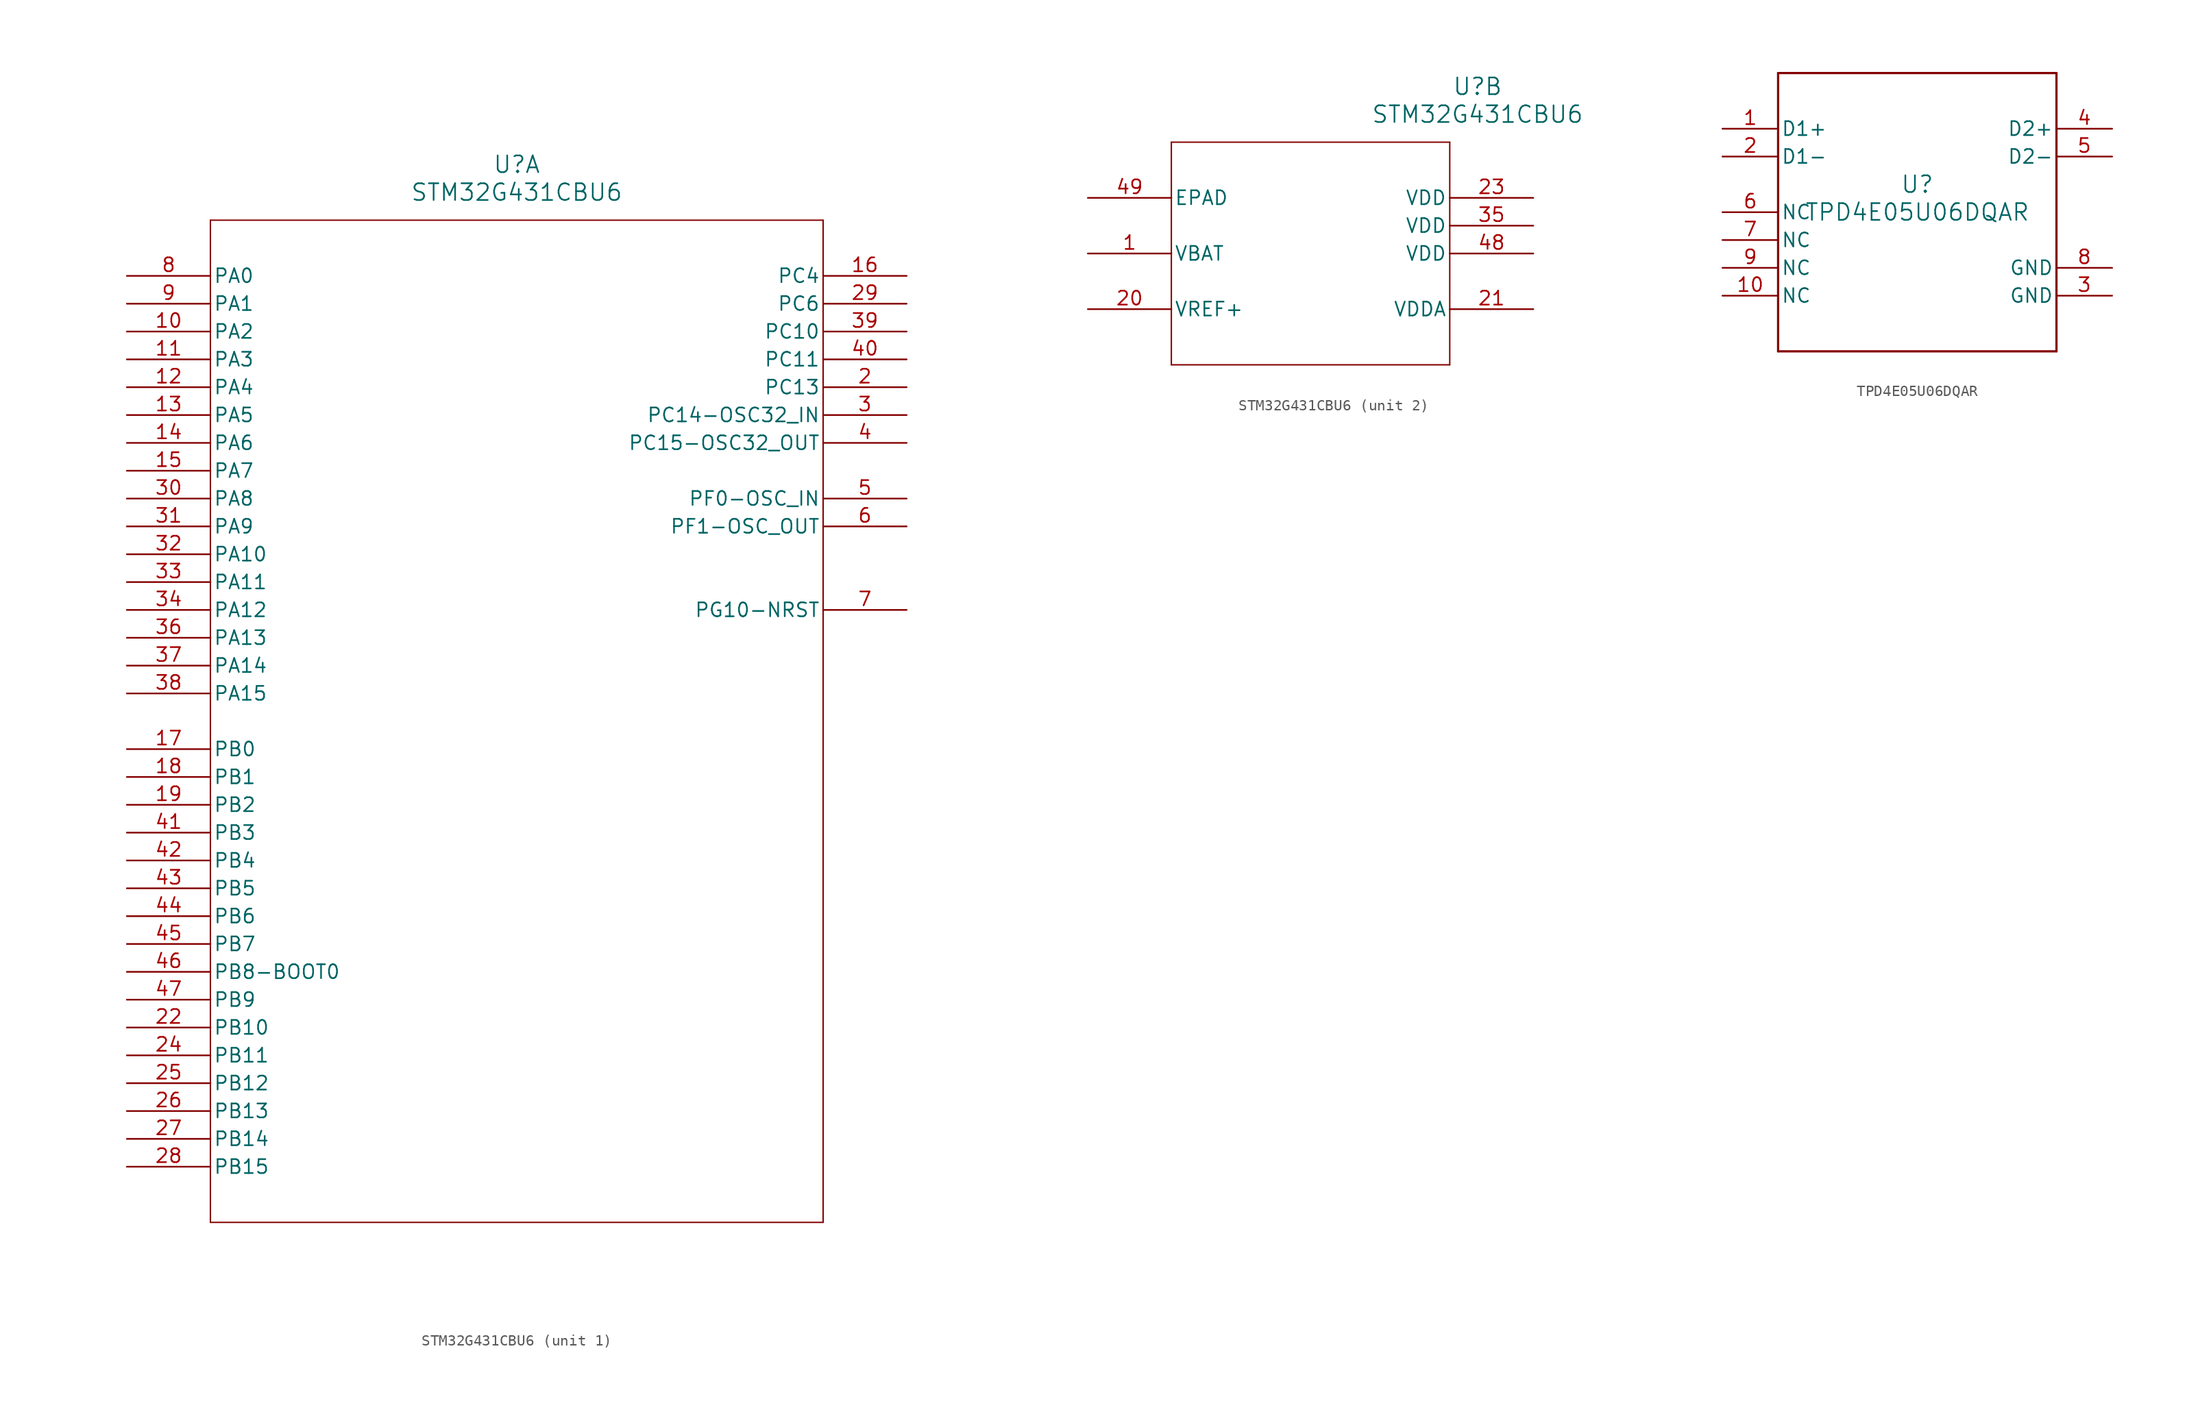
<source format=kicad_sym>
(kicad_symbol_lib
  (version 20231120)
  (generator "kicad_symbol_editor")
  (generator_version "8.0")
  (symbol "STM32G431CBU6"
    (pin_names
      (offset 0.254))
    (property "Reference" "U"
      (at 35.56 10.16 0)
      (effects (font (size 1.524 1.524))))
    (property "Value" "STM32G431CBU6"
      (at 35.56 7.62 0)
      (effects (font (size 1.524 1.524))))
    (property "ki_locked" ""
      (at 0 0 0)
      (effects (font (size 1.27 1.27))))
    (symbol "STM32G431CBU6_1_1"
      (polyline (pts (xy 7.62 -86.36) (xy 63.5 -86.36)) (stroke (width 0.127) (type default)) (fill (type none)))
      (polyline (pts (xy 7.62 5.08) (xy 7.62 -86.36)) (stroke (width 0.127) (type default)) (fill (type none)))
      (polyline (pts (xy 63.5 -86.36) (xy 63.5 5.08)) (stroke (width 0.127) (type default)) (fill (type none)))
      (polyline (pts (xy 63.5 5.08) (xy 7.62 5.08)) (stroke (width 0.127) (type default)) (fill (type none)))
      (pin bidirectional line (at 0 -5.08 0) (length 7.62) (name "PA2" (effects (font (size 1.27 1.27)))) (number "10" (effects (font (size 1.27 1.27)))))
      (pin bidirectional line (at 0 -7.62 0) (length 7.62) (name "PA3" (effects (font (size 1.27 1.27)))) (number "11" (effects (font (size 1.27 1.27)))))
      (pin bidirectional line (at 0 -10.16 0) (length 7.62) (name "PA4" (effects (font (size 1.27 1.27)))) (number "12" (effects (font (size 1.27 1.27)))))
      (pin bidirectional line (at 0 -12.7 0) (length 7.62) (name "PA5" (effects (font (size 1.27 1.27)))) (number "13" (effects (font (size 1.27 1.27)))))
      (pin bidirectional line (at 0 -15.24 0) (length 7.62) (name "PA6" (effects (font (size 1.27 1.27)))) (number "14" (effects (font (size 1.27 1.27)))))
      (pin bidirectional line (at 0 -17.78 0) (length 7.62) (name "PA7" (effects (font (size 1.27 1.27)))) (number "15" (effects (font (size 1.27 1.27)))))
      (pin bidirectional line (at 71.12 0 180) (length 7.62) (name "PC4" (effects (font (size 1.27 1.27)))) (number "16" (effects (font (size 1.27 1.27)))))
      (pin bidirectional line (at 0 -43.18 0) (length 7.62) (name "PB0" (effects (font (size 1.27 1.27)))) (number "17" (effects (font (size 1.27 1.27)))))
      (pin bidirectional line (at 0 -45.72 0) (length 7.62) (name "PB1" (effects (font (size 1.27 1.27)))) (number "18" (effects (font (size 1.27 1.27)))))
      (pin bidirectional line (at 0 -48.26 0) (length 7.62) (name "PB2" (effects (font (size 1.27 1.27)))) (number "19" (effects (font (size 1.27 1.27)))))
      (pin bidirectional line (at 71.12 -10.16 180) (length 7.62) (name "PC13" (effects (font (size 1.27 1.27)))) (number "2" (effects (font (size 1.27 1.27)))))
      (pin bidirectional line (at 0 -68.58 0) (length 7.62) (name "PB10" (effects (font (size 1.27 1.27)))) (number "22" (effects (font (size 1.27 1.27)))))
      (pin bidirectional line (at 0 -71.12 0) (length 7.62) (name "PB11" (effects (font (size 1.27 1.27)))) (number "24" (effects (font (size 1.27 1.27)))))
      (pin bidirectional line (at 0 -73.66 0) (length 7.62) (name "PB12" (effects (font (size 1.27 1.27)))) (number "25" (effects (font (size 1.27 1.27)))))
      (pin bidirectional line (at 0 -76.2 0) (length 7.62) (name "PB13" (effects (font (size 1.27 1.27)))) (number "26" (effects (font (size 1.27 1.27)))))
      (pin bidirectional line (at 0 -78.74 0) (length 7.62) (name "PB14" (effects (font (size 1.27 1.27)))) (number "27" (effects (font (size 1.27 1.27)))))
      (pin bidirectional line (at 0 -81.28 0) (length 7.62) (name "PB15" (effects (font (size 1.27 1.27)))) (number "28" (effects (font (size 1.27 1.27)))))
      (pin bidirectional line (at 71.12 -2.54 180) (length 7.62) (name "PC6" (effects (font (size 1.27 1.27)))) (number "29" (effects (font (size 1.27 1.27)))))
      (pin bidirectional line (at 71.12 -12.7 180) (length 7.62) (name "PC14-OSC32_IN" (effects (font (size 1.27 1.27)))) (number "3" (effects (font (size 1.27 1.27)))))
      (pin bidirectional line (at 0 -20.32 0) (length 7.62) (name "PA8" (effects (font (size 1.27 1.27)))) (number "30" (effects (font (size 1.27 1.27)))))
      (pin bidirectional line (at 0 -22.86 0) (length 7.62) (name "PA9" (effects (font (size 1.27 1.27)))) (number "31" (effects (font (size 1.27 1.27)))))
      (pin bidirectional line (at 0 -25.4 0) (length 7.62) (name "PA10" (effects (font (size 1.27 1.27)))) (number "32" (effects (font (size 1.27 1.27)))))
      (pin bidirectional line (at 0 -27.94 0) (length 7.62) (name "PA11" (effects (font (size 1.27 1.27)))) (number "33" (effects (font (size 1.27 1.27)))))
      (pin bidirectional line (at 0 -30.48 0) (length 7.62) (name "PA12" (effects (font (size 1.27 1.27)))) (number "34" (effects (font (size 1.27 1.27)))))
      (pin bidirectional line (at 0 -33.02 0) (length 7.62) (name "PA13" (effects (font (size 1.27 1.27)))) (number "36" (effects (font (size 1.27 1.27)))))
      (pin bidirectional line (at 0 -35.56 0) (length 7.62) (name "PA14" (effects (font (size 1.27 1.27)))) (number "37" (effects (font (size 1.27 1.27)))))
      (pin bidirectional line (at 0 -38.1 0) (length 7.62) (name "PA15" (effects (font (size 1.27 1.27)))) (number "38" (effects (font (size 1.27 1.27)))))
      (pin bidirectional line (at 71.12 -5.08 180) (length 7.62) (name "PC10" (effects (font (size 1.27 1.27)))) (number "39" (effects (font (size 1.27 1.27)))))
      (pin bidirectional line (at 71.12 -15.24 180) (length 7.62) (name "PC15-OSC32_OUT" (effects (font (size 1.27 1.27)))) (number "4" (effects (font (size 1.27 1.27)))))
      (pin bidirectional line (at 71.12 -7.62 180) (length 7.62) (name "PC11" (effects (font (size 1.27 1.27)))) (number "40" (effects (font (size 1.27 1.27)))))
      (pin bidirectional line (at 0 -50.8 0) (length 7.62) (name "PB3" (effects (font (size 1.27 1.27)))) (number "41" (effects (font (size 1.27 1.27)))))
      (pin bidirectional line (at 0 -53.34 0) (length 7.62) (name "PB4" (effects (font (size 1.27 1.27)))) (number "42" (effects (font (size 1.27 1.27)))))
      (pin bidirectional line (at 0 -55.88 0) (length 7.62) (name "PB5" (effects (font (size 1.27 1.27)))) (number "43" (effects (font (size 1.27 1.27)))))
      (pin bidirectional line (at 0 -58.42 0) (length 7.62) (name "PB6" (effects (font (size 1.27 1.27)))) (number "44" (effects (font (size 1.27 1.27)))))
      (pin bidirectional line (at 0 -60.96 0) (length 7.62) (name "PB7" (effects (font (size 1.27 1.27)))) (number "45" (effects (font (size 1.27 1.27)))))
      (pin bidirectional line (at 0 -63.5 0) (length 7.62) (name "PB8-BOOT0" (effects (font (size 1.27 1.27)))) (number "46" (effects (font (size 1.27 1.27)))))
      (pin bidirectional line (at 0 -66.04 0) (length 7.62) (name "PB9" (effects (font (size 1.27 1.27)))) (number "47" (effects (font (size 1.27 1.27)))))
      (pin bidirectional line (at 71.12 -20.32 180) (length 7.62) (name "PF0-OSC_IN" (effects (font (size 1.27 1.27)))) (number "5" (effects (font (size 1.27 1.27)))))
      (pin bidirectional line (at 71.12 -22.86 180) (length 7.62) (name "PF1-OSC_OUT" (effects (font (size 1.27 1.27)))) (number "6" (effects (font (size 1.27 1.27)))))
      (pin bidirectional line (at 71.12 -30.48 180) (length 7.62) (name "PG10-NRST" (effects (font (size 1.27 1.27)))) (number "7" (effects (font (size 1.27 1.27)))))
      (pin bidirectional line (at 0 0 0) (length 7.62) (name "PA0" (effects (font (size 1.27 1.27)))) (number "8" (effects (font (size 1.27 1.27)))))
      (pin bidirectional line (at 0 -2.54 0) (length 7.62) (name "PA1" (effects (font (size 1.27 1.27)))) (number "9" (effects (font (size 1.27 1.27))))))
    (symbol "STM32G431CBU6_2_1"
      (polyline (pts (xy 7.62 -15.24) (xy 33.02 -15.24)) (stroke (width 0.127) (type default)) (fill (type none)))
      (polyline (pts (xy 7.62 5.08) (xy 7.62 -15.24)) (stroke (width 0.127) (type default)) (fill (type none)))
      (polyline (pts (xy 33.02 -15.24) (xy 33.02 5.08)) (stroke (width 0.127) (type default)) (fill (type none)))
      (polyline (pts (xy 33.02 5.08) (xy 7.62 5.08)) (stroke (width 0.127) (type default)) (fill (type none)))
      (pin power_in line (at 0 -5.08 0) (length 7.62) (name "VBAT" (effects (font (size 1.27 1.27)))) (number "1" (effects (font (size 1.27 1.27)))))
      (pin power_in line (at 0 -10.16 0) (length 7.62) (name "VREF+" (effects (font (size 1.27 1.27)))) (number "20" (effects (font (size 1.27 1.27)))))
      (pin power_in line (at 40.64 -10.16 180) (length 7.62) (name "VDDA" (effects (font (size 1.27 1.27)))) (number "21" (effects (font (size 1.27 1.27)))))
      (pin power_in line (at 40.64 0 180) (length 7.62) (name "VDD" (effects (font (size 1.27 1.27)))) (number "23" (effects (font (size 1.27 1.27)))))
      (pin power_in line (at 40.64 -2.54 180) (length 7.62) (name "VDD" (effects (font (size 1.27 1.27)))) (number "35" (effects (font (size 1.27 1.27)))))
      (pin power_in line (at 40.64 -5.08 180) (length 7.62) (name "VDD" (effects (font (size 1.27 1.27)))) (number "48" (effects (font (size 1.27 1.27)))))
      (pin unspecified line (at 0 0 0) (length 7.62) (name "EPAD" (effects (font (size 1.27 1.27)))) (number "49" (effects (font (size 1.27 1.27)))))))
  (symbol "TPD4E05U06DQAR"
    (pin_names
      (offset 0.254))
    (property "Reference" "U"
      (at 0 2.54 0)
      (effects (font (size 1.524 1.524))))
    (property "Value" "TPD4E05U06DQAR"
      (at 0 0 0)
      (effects (font (size 1.524 1.524))))
    (property "ki_locked" ""
      (at 0 0 0)
      (effects (font (size 1.27 1.27))))
    (symbol "TPD4E05U06DQAR_0_1"
      (polyline (pts (xy -12.7 -12.7) (xy 12.7 -12.7)) (stroke (width 0.203) (type default)) (fill (type none)))
      (polyline (pts (xy -12.7 12.7) (xy -12.7 -12.7)) (stroke (width 0.203) (type default)) (fill (type none)))
      (polyline (pts (xy 12.7 -12.7) (xy 12.7 12.7)) (stroke (width 0.203) (type default)) (fill (type none)))
      (polyline (pts (xy 12.7 12.7) (xy -12.7 12.7)) (stroke (width 0.203) (type default)) (fill (type none)))
      (pin bidirectional line (at -17.78 7.62 0) (length 5.08) (name "D1+" (effects (font (size 1.27 1.27)))) (number "1" (effects (font (size 1.27 1.27)))))
      (pin unspecified line (at -17.78 -7.62 0) (length 5.08) (name "NC" (effects (font (size 1.27 1.27)))) (number "10" (effects (font (size 1.27 1.27)))))
      (pin bidirectional line (at -17.78 5.08 0) (length 5.08) (name "D1-" (effects (font (size 1.27 1.27)))) (number "2" (effects (font (size 1.27 1.27)))))
      (pin power_in line (at 17.78 -7.62 180) (length 5.08) (name "GND" (effects (font (size 1.27 1.27)))) (number "3" (effects (font (size 1.27 1.27)))))
      (pin bidirectional line (at 17.78 7.62 180) (length 5.08) (name "D2+" (effects (font (size 1.27 1.27)))) (number "4" (effects (font (size 1.27 1.27)))))
      (pin bidirectional line (at 17.78 5.08 180) (length 5.08) (name "D2-" (effects (font (size 1.27 1.27)))) (number "5" (effects (font (size 1.27 1.27)))))
      (pin unspecified line (at -17.78 0 0) (length 5.08) (name "NC" (effects (font (size 1.27 1.27)))) (number "6" (effects (font (size 1.27 1.27)))))
      (pin unspecified line (at -17.78 -2.54 0) (length 5.08) (name "NC" (effects (font (size 1.27 1.27)))) (number "7" (effects (font (size 1.27 1.27)))))
      (pin power_in line (at 17.78 -5.08 180) (length 5.08) (name "GND" (effects (font (size 1.27 1.27)))) (number "8" (effects (font (size 1.27 1.27)))))
      (pin unspecified line (at -17.78 -5.08 0) (length 5.08) (name "NC" (effects (font (size 1.27 1.27)))) (number "9" (effects (font (size 1.27 1.27))))))))
</source>
